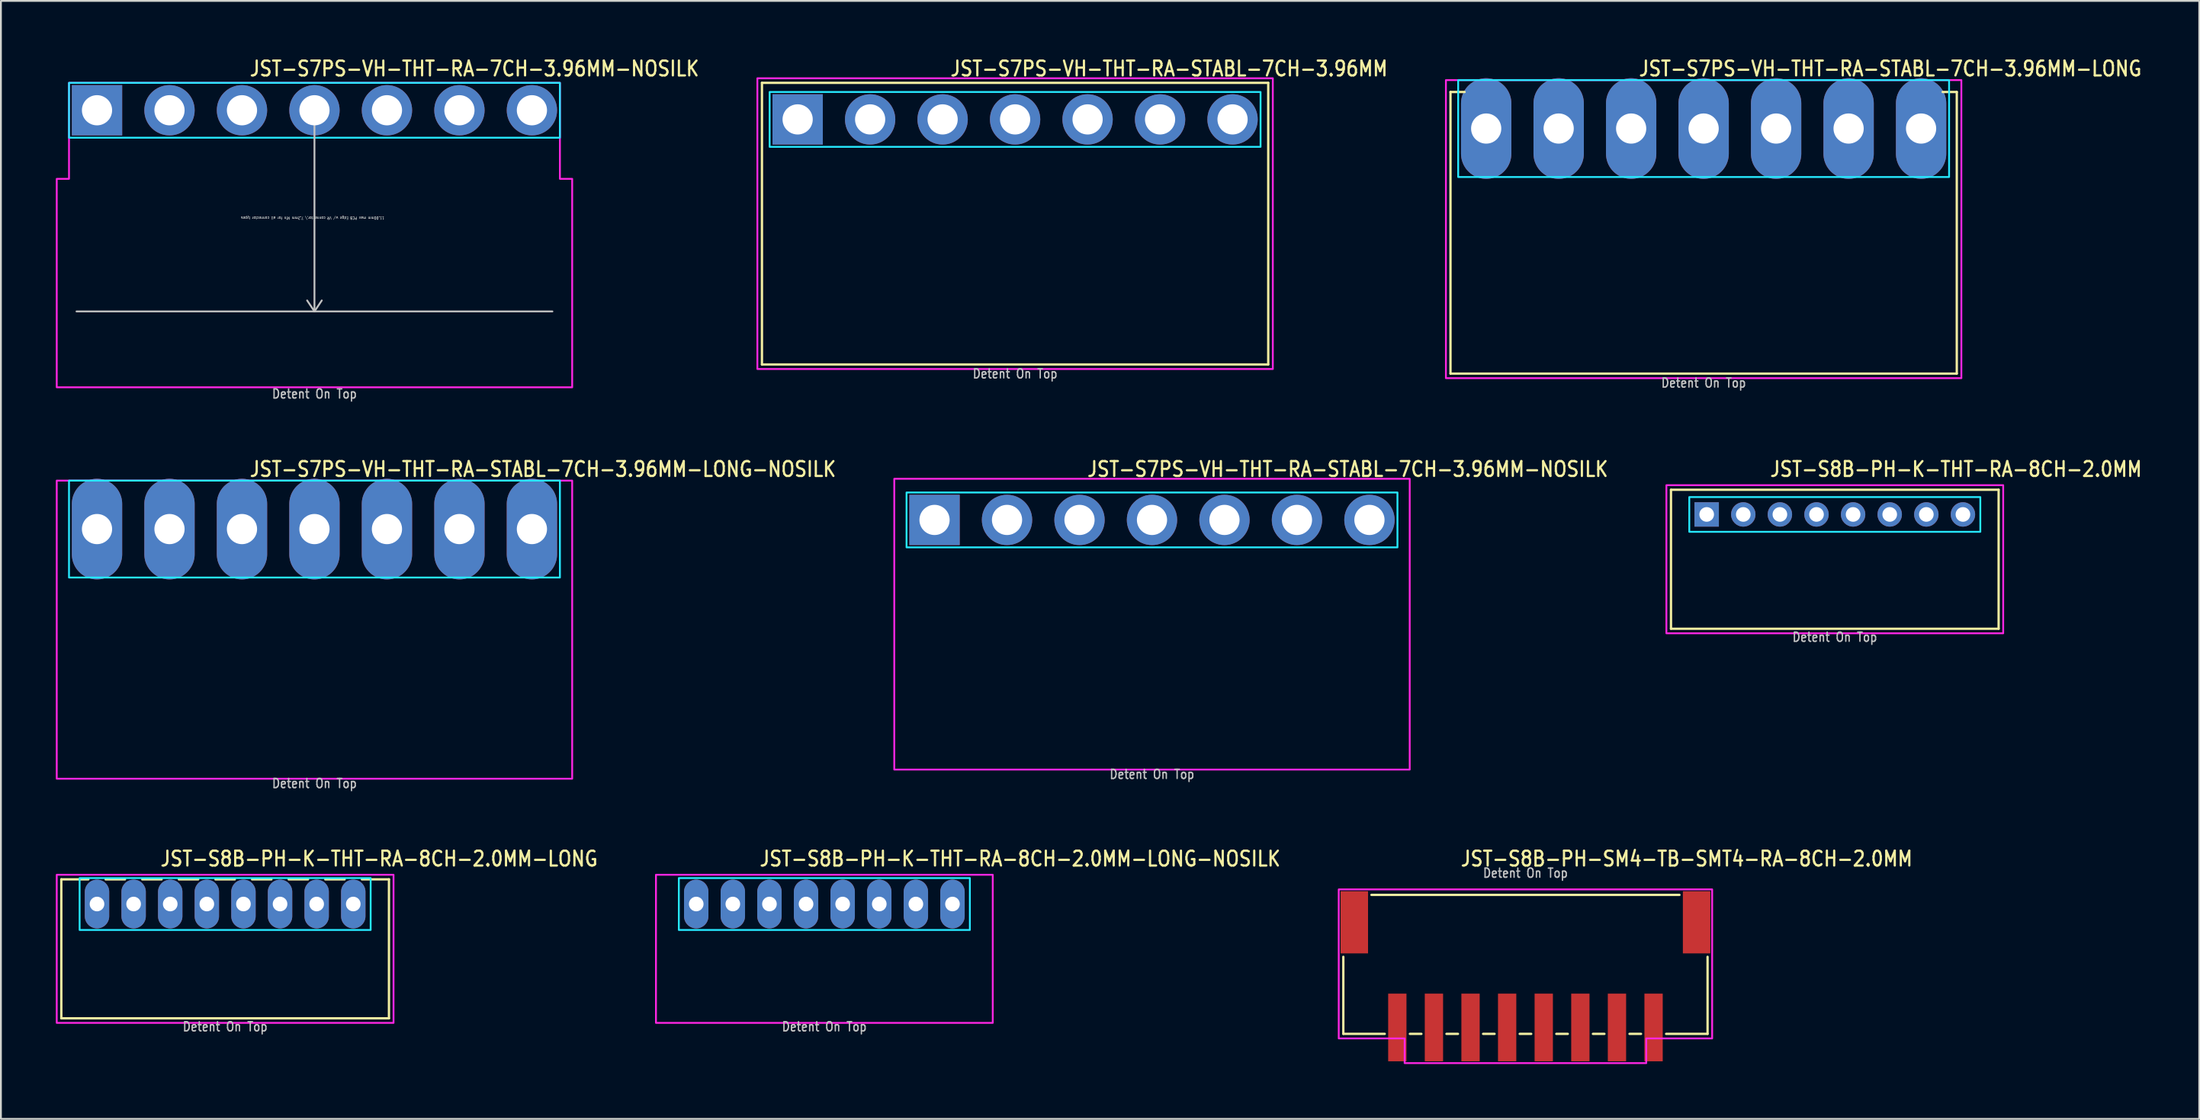
<source format=kicad_pcb>
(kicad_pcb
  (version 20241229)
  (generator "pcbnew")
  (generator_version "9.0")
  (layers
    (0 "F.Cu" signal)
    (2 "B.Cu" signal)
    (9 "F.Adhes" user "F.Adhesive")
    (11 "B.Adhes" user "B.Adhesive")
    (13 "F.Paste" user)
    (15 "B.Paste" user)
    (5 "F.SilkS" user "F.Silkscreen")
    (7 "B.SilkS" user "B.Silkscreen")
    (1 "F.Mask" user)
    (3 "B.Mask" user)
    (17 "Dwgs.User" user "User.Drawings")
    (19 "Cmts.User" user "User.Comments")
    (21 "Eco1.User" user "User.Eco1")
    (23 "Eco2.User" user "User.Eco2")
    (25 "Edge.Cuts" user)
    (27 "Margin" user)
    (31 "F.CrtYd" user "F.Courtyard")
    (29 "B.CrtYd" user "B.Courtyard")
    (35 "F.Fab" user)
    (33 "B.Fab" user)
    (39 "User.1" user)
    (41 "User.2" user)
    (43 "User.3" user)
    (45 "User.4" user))
  (footprint "JST-S8B-PH-K-THT-RA-8CH-2.0MM"
    (layer "F.Cu")
    (at 97.191 25.08)
    (property "Reference" "JST-S8B-PH-K-THT-RA-8CH-2.0MM" (at -3.6 -2 0) (unlocked yes) (layer "F.SilkS") (effects (font (size 0.813 0.695) (thickness 0.122)) (justify left bottom)))
    (fp_line (start -8.95 -1.35) (end 8.95 -1.35) (stroke (width 0.127) (type solid)) (layer "F.SilkS"))
    (fp_line (start -8.95 6.25) (end -8.95 -1.35) (stroke (width 0.127) (type solid)) (layer "F.SilkS"))
    (fp_line (start -8.95 6.25) (end 8.95 6.25) (stroke (width 0.127) (type solid)) (layer "F.SilkS"))
    (fp_line (start 8.95 -1.35) (end 8.95 6.25) (stroke (width 0.127) (type solid)) (layer "F.SilkS"))
    (fp_poly (pts (xy -7.95 -0.95) (xy -7.95 0.95) (xy 7.95 0.95) (xy 7.95 -0.95)) (stroke (width 0.1) (type solid)) (fill no) (layer "B.CrtYd"))
    (fp_poly (pts (xy -9.2 -1.6) (xy -9.2 6.5) (xy 9.2 6.5) (xy 9.2 -1.6)) (stroke (width 0.1) (type solid)) (fill no) (layer "F.CrtYd"))
    (fp_text user "Detent On Top" (at 0 7 0) (unlocked yes) (layer "Dwgs.User") (effects (font (size 0.5 0.427) (thickness 0.075)) (justify bottom)))
    (pad "1" thru_hole rect (at -7 0) (size 1.333 1.333) (drill 0.8) (layers "*.Cu" "*.Mask"))
    (pad "2" thru_hole oval (at -5 0) (size 1.333 1.333) (drill 0.8) (layers "*.Cu" "*.Mask"))
    (pad "3" thru_hole oval (at -3 0) (size 1.333 1.333) (drill 0.8) (layers "*.Cu" "*.Mask"))
    (pad "4" thru_hole oval (at -1 0) (size 1.333 1.333) (drill 0.8) (layers "*.Cu" "*.Mask"))
    (pad "5" thru_hole oval (at 1 0) (size 1.333 1.333) (drill 0.8) (layers "*.Cu" "*.Mask"))
    (pad "6" thru_hole oval (at 3 0) (size 1.333 1.333) (drill 0.8) (layers "*.Cu" "*.Mask"))
    (pad "7" thru_hole oval (at 5 0) (size 1.333 1.333) (drill 0.8) (layers "*.Cu" "*.Mask"))
    (pad "8" thru_hole oval (at 7 0) (size 1.333 1.333) (drill 0.8) (layers "*.Cu" "*.Mask")))
  (footprint "JST-S8B-PH-K-THT-RA-8CH-2.0MM-LONG"
    (layer "F.Cu")
    (at 9.25 46.382)
    (property "Reference" "JST-S8B-PH-K-THT-RA-8CH-2.0MM-LONG" (at -3.6 -2 0) (unlocked yes) (layer "F.SilkS") (effects (font (size 0.813 0.695) (thickness 0.122)) (justify left bottom)))
    (fp_line (start -8.95 -1.35) (end -7.471 -1.35) (stroke (width 0.127) (type solid)) (layer "F.SilkS"))
    (fp_line (start -8.95 6.25) (end -8.95 -1.35) (stroke (width 0.127) (type solid)) (layer "F.SilkS"))
    (fp_line (start -8.95 6.25) (end 8.95 6.25) (stroke (width 0.127) (type solid)) (layer "F.SilkS"))
    (fp_line (start -6.529 -1.35) (end -5.471 -1.35) (stroke (width 0.127) (type solid)) (layer "F.SilkS"))
    (fp_line (start -4.529 -1.35) (end -3.471 -1.35) (stroke (width 0.127) (type solid)) (layer "F.SilkS"))
    (fp_line (start -2.529 -1.35) (end -1.471 -1.35) (stroke (width 0.127) (type solid)) (layer "F.SilkS"))
    (fp_line (start -0.529 -1.35) (end 0.529 -1.35) (stroke (width 0.127) (type solid)) (layer "F.SilkS"))
    (fp_line (start 1.471 -1.35) (end 2.529 -1.35) (stroke (width 0.127) (type solid)) (layer "F.SilkS"))
    (fp_line (start 3.471 -1.35) (end 4.529 -1.35) (stroke (width 0.127) (type solid)) (layer "F.SilkS"))
    (fp_line (start 5.471 -1.35) (end 6.529 -1.35) (stroke (width 0.127) (type solid)) (layer "F.SilkS"))
    (fp_line (start 7.471 -1.35) (end 8.95 -1.35) (stroke (width 0.127) (type solid)) (layer "F.SilkS"))
    (fp_line (start 8.95 -1.35) (end 8.95 6.25) (stroke (width 0.127) (type solid)) (layer "F.SilkS"))
    (fp_poly (pts (xy -7.95 -1.42) (xy -7.95 1.42) (xy 7.95 1.42) (xy 7.95 -1.42)) (stroke (width 0.1) (type solid)) (fill no) (layer "B.CrtYd"))
    (fp_poly (pts (xy -9.2 -1.6) (xy -9.2 6.5) (xy 9.2 6.5) (xy 9.2 -1.6)) (stroke (width 0.1) (type solid)) (fill no) (layer "F.CrtYd"))
    (fp_text user "Detent On Top" (at 0 7 0) (unlocked yes) (layer "Dwgs.User") (effects (font (size 0.5 0.427) (thickness 0.075)) (justify bottom)))
    (pad "1" thru_hole oval (at -7 0 90) (size 2.667 1.333) (drill 0.8) (layers "*.Cu" "*.Mask"))
    (pad "2" thru_hole oval (at -5 0 90) (size 2.667 1.333) (drill 0.8) (layers "*.Cu" "*.Mask"))
    (pad "3" thru_hole oval (at -3 0 90) (size 2.667 1.333) (drill 0.8) (layers "*.Cu" "*.Mask"))
    (pad "4" thru_hole oval (at -1 0 90) (size 2.667 1.333) (drill 0.8) (layers "*.Cu" "*.Mask"))
    (pad "5" thru_hole oval (at 1 0 90) (size 2.667 1.333) (drill 0.8) (layers "*.Cu" "*.Mask"))
    (pad "6" thru_hole oval (at 3 0 90) (size 2.667 1.333) (drill 0.8) (layers "*.Cu" "*.Mask"))
    (pad "7" thru_hole oval (at 5 0 90) (size 2.667 1.333) (drill 0.8) (layers "*.Cu" "*.Mask"))
    (pad "8" thru_hole oval (at 7 0 90) (size 2.667 1.333) (drill 0.8) (layers "*.Cu" "*.Mask")))
  (footprint "JST-S7PS-VH-THT-RA-STABL-7CH-3.96MM-LONG-NOSILK"
    (layer "F.Cu")
    (at 14.13 25.88)
    (property "Reference" "JST-S7PS-VH-THT-RA-STABL-7CH-3.96MM-LONG-NOSILK" (at -3.6 -2.8 0) (unlocked yes) (layer "F.SilkS") (effects (font (size 0.813 0.695) (thickness 0.122)) (justify left bottom)))
    (fp_poly (pts (xy -13.41 -2.65) (xy -13.41 2.65) (xy 13.41 2.65) (xy 13.41 -2.65)) (stroke (width 0.1) (type solid)) (fill no) (layer "B.CrtYd"))
    (fp_poly (pts (xy -14.08 -2.65) (xy -14.08 13.65) (xy 14.08 13.65) (xy 14.08 -2.65)) (stroke (width 0.1) (type solid)) (fill no) (layer "F.CrtYd"))
    (fp_text user "Detent On Top" (at 0 14.2 0) (unlocked yes) (layer "Dwgs.User") (effects (font (size 0.5 0.427) (thickness 0.075)) (justify bottom)))
    (pad "1" thru_hole oval (at -11.88 0 90) (size 5.5 2.75) (drill 1.65) (layers "*.Cu" "*.Mask"))
    (pad "2" thru_hole oval (at -7.92 0 90) (size 5.5 2.75) (drill 1.65) (layers "*.Cu" "*.Mask"))
    (pad "3" thru_hole oval (at -3.96 0 90) (size 5.5 2.75) (drill 1.65) (layers "*.Cu" "*.Mask"))
    (pad "4" thru_hole oval (at 0 0 90) (size 5.5 2.75) (drill 1.65) (layers "*.Cu" "*.Mask"))
    (pad "5" thru_hole oval (at 3.96 0 90) (size 5.5 2.75) (drill 1.65) (layers "*.Cu" "*.Mask"))
    (pad "6" thru_hole oval (at 7.92 0 90) (size 5.5 2.75) (drill 1.65) (layers "*.Cu" "*.Mask"))
    (pad "7" thru_hole oval (at 11.88 0 90) (size 5.5 2.75) (drill 1.65) (layers "*.Cu" "*.Mask")))
  (footprint "JST-S7PS-VH-THT-RA-STABL-7CH-3.96MM"
    (layer "F.Cu")
    (at 52.408 3.479)
    (property "Reference" "JST-S7PS-VH-THT-RA-STABL-7CH-3.96MM" (at -3.6 -2.3 0) (unlocked yes) (layer "F.SilkS") (effects (font (size 0.813 0.695) (thickness 0.122)) (justify left bottom)))
    (fp_line (start -13.83 -2) (end 13.83 -2) (stroke (width 0.127) (type solid)) (layer "F.SilkS"))
    (fp_line (start -13.83 13.4) (end -13.83 -2) (stroke (width 0.127) (type solid)) (layer "F.SilkS"))
    (fp_line (start -13.83 13.4) (end 13.83 13.4) (stroke (width 0.127) (type solid)) (layer "F.SilkS"))
    (fp_line (start 13.83 -2) (end 13.83 13.4) (stroke (width 0.127) (type solid)) (layer "F.SilkS"))
    (fp_poly (pts (xy -13.41 -1.5) (xy -13.41 1.5) (xy 13.41 1.5) (xy 13.41 -1.5)) (stroke (width 0.1) (type solid)) (fill no) (layer "B.CrtYd"))
    (fp_poly (pts (xy -14.08 13.65) (xy 14.08 13.65) (xy 14.08 -2.25) (xy -14.08 -2.25)) (stroke (width 0.1) (type solid)) (fill no) (layer "F.CrtYd"))
    (fp_text user "Detent On Top" (at 0 14.2 0) (unlocked yes) (layer "Dwgs.User") (effects (font (size 0.5 0.427) (thickness 0.075)) (justify bottom)))
    (pad "1" thru_hole rect (at -11.88 0) (size 2.75 2.75) (drill 1.65) (layers "*.Cu" "*.Mask"))
    (pad "2" thru_hole oval (at -7.92 0) (size 2.75 2.75) (drill 1.65) (layers "*.Cu" "*.Mask"))
    (pad "3" thru_hole oval (at -3.96 0) (size 2.75 2.75) (drill 1.65) (layers "*.Cu" "*.Mask"))
    (pad "4" thru_hole oval (at 0 0) (size 2.75 2.75) (drill 1.65) (layers "*.Cu" "*.Mask"))
    (pad "5" thru_hole oval (at 3.96 0) (size 2.75 2.75) (drill 1.65) (layers "*.Cu" "*.Mask"))
    (pad "6" thru_hole oval (at 7.92 0) (size 2.75 2.75) (drill 1.65) (layers "*.Cu" "*.Mask"))
    (pad "7" thru_hole oval (at 11.88 0) (size 2.75 2.75) (drill 1.65) (layers "*.Cu" "*.Mask")))
  (footprint "JST-S7PS-VH-THT-RA-STABL-7CH-3.96MM-LONG"
    (layer "F.Cu")
    (at 90.025 3.979)
    (property "Reference" "JST-S7PS-VH-THT-RA-STABL-7CH-3.96MM-LONG" (at -3.6 -2.8 0) (unlocked yes) (layer "F.SilkS") (effects (font (size 0.813 0.695) (thickness 0.122)) (justify left bottom)))
    (fp_line (start -13.83 -2) (end -13.06 -2) (stroke (width 0.127) (type solid)) (layer "F.SilkS"))
    (fp_line (start -13.83 13.4) (end -13.83 -2) (stroke (width 0.127) (type solid)) (layer "F.SilkS"))
    (fp_line (start -13.83 13.4) (end 13.83 13.4) (stroke (width 0.127) (type solid)) (layer "F.SilkS"))
    (fp_line (start 13.83 -2) (end 13.06 -2) (stroke (width 0.127) (type solid)) (layer "F.SilkS"))
    (fp_line (start 13.83 -2) (end 13.83 13.4) (stroke (width 0.127) (type solid)) (layer "F.SilkS"))
    (fp_poly (pts (xy -13.41 -2.65) (xy -13.41 2.65) (xy 13.41 2.65) (xy 13.41 -2.65)) (stroke (width 0.1) (type solid)) (fill no) (layer "B.CrtYd"))
    (fp_poly (pts (xy -14.08 -2.65) (xy -14.08 13.65) (xy 14.08 13.65) (xy 14.08 -2.65)) (stroke (width 0.1) (type solid)) (fill no) (layer "F.CrtYd"))
    (fp_text user "Detent On Top" (at 0 14.2 0) (unlocked yes) (layer "Dwgs.User") (effects (font (size 0.5 0.427) (thickness 0.075)) (justify bottom)))
    (pad "1" thru_hole oval (at -11.88 0 90) (size 5.5 2.75) (drill 1.65) (layers "*.Cu" "*.Mask"))
    (pad "2" thru_hole oval (at -7.92 0 90) (size 5.5 2.75) (drill 1.65) (layers "*.Cu" "*.Mask"))
    (pad "3" thru_hole oval (at -3.96 0 90) (size 5.5 2.75) (drill 1.65) (layers "*.Cu" "*.Mask"))
    (pad "4" thru_hole oval (at 0 0 90) (size 5.5 2.75) (drill 1.65) (layers "*.Cu" "*.Mask"))
    (pad "5" thru_hole oval (at 3.96 0 90) (size 5.5 2.75) (drill 1.65) (layers "*.Cu" "*.Mask"))
    (pad "6" thru_hole oval (at 7.92 0 90) (size 5.5 2.75) (drill 1.65) (layers "*.Cu" "*.Mask"))
    (pad "7" thru_hole oval (at 11.88 0 90) (size 5.5 2.75) (drill 1.65) (layers "*.Cu" "*.Mask")))
  (footprint "JST-S8B-PH-K-THT-RA-8CH-2.0MM-LONG-NOSILK"
    (layer "F.Cu")
    (at 41.987 46.382)
    (property "Reference" "JST-S8B-PH-K-THT-RA-8CH-2.0MM-LONG-NOSILK" (at -3.6 -2 0) (unlocked yes) (layer "F.SilkS") (effects (font (size 0.813 0.695) (thickness 0.122)) (justify left bottom)))
    (fp_poly (pts (xy -7.95 -1.42) (xy -7.95 1.42) (xy 7.95 1.42) (xy 7.95 -1.42)) (stroke (width 0.1) (type solid)) (fill no) (layer "B.CrtYd"))
    (fp_poly (pts (xy -9.2 -1.6) (xy -9.2 6.5) (xy 9.2 6.5) (xy 9.2 -1.6)) (stroke (width 0.1) (type solid)) (fill no) (layer "F.CrtYd"))
    (fp_text user "Detent On Top" (at 0 7 0) (unlocked yes) (layer "Dwgs.User") (effects (font (size 0.5 0.427) (thickness 0.075)) (justify bottom)))
    (pad "1" thru_hole oval (at -7 0 90) (size 2.667 1.333) (drill 0.8) (layers "*.Cu" "*.Mask"))
    (pad "2" thru_hole oval (at -5 0 90) (size 2.667 1.333) (drill 0.8) (layers "*.Cu" "*.Mask"))
    (pad "3" thru_hole oval (at -3 0 90) (size 2.667 1.333) (drill 0.8) (layers "*.Cu" "*.Mask"))
    (pad "4" thru_hole oval (at -1 0 90) (size 2.667 1.333) (drill 0.8) (layers "*.Cu" "*.Mask"))
    (pad "5" thru_hole oval (at 1 0 90) (size 2.667 1.333) (drill 0.8) (layers "*.Cu" "*.Mask"))
    (pad "6" thru_hole oval (at 3 0 90) (size 2.667 1.333) (drill 0.8) (layers "*.Cu" "*.Mask"))
    (pad "7" thru_hole oval (at 5 0 90) (size 2.667 1.333) (drill 0.8) (layers "*.Cu" "*.Mask"))
    (pad "8" thru_hole oval (at 7 0 90) (size 2.667 1.333) (drill 0.8) (layers "*.Cu" "*.Mask")))
  (footprint "JST-S7PS-VH-THT-RA-7CH-3.96MM-NOSILK"
    (layer "F.Cu")
    (at 14.13 2.979)
    (property "Reference" "JST-S7PS-VH-THT-RA-7CH-3.96MM-NOSILK" (at -3.6 -1.8 0) (unlocked yes) (layer "F.SilkS") (effects (font (size 0.813 0.695) (thickness 0.122)) (justify left bottom)))
    (fp_line (start -13 11) (end 13 11) (stroke (width 0.1) (type solid)) (layer "Dwgs.User"))
    (fp_line (start 0 0) (end -0.4 0.6) (stroke (width 0.1) (type solid)) (layer "Dwgs.User"))
    (fp_line (start 0 0) (end 0 11) (stroke (width 0.1) (type solid)) (layer "Dwgs.User"))
    (fp_line (start 0 0) (end 0.4 0.6) (stroke (width 0.1) (type solid)) (layer "Dwgs.User"))
    (fp_line (start 0 11) (end -0.4 10.4) (stroke (width 0.1) (type solid)) (layer "Dwgs.User"))
    (fp_line (start 0 11) (end 0.4 10.4) (stroke (width 0.1) (type solid)) (layer "Dwgs.User"))
    (fp_poly (pts (xy -13.41 -1.5) (xy -13.41 1.5) (xy 13.41 1.5) (xy 13.41 -1.5)) (stroke (width 0.1) (type solid)) (fill no) (layer "B.CrtYd"))
    (fp_poly (pts (xy -14.08 3.75) (xy -14.08 15.15) (xy 14.08 15.15) (xy 14.08 3.75) (xy 13.41 3.75) (xy 13.41 -1.5) (xy -13.41 -1.5) (xy -13.41 3.75)) (stroke (width 0.1) (type solid)) (fill no) (layer "F.CrtYd"))
    (fp_text user "11.00mm max PCB Edge w/ VR connector,\\ 7.2mm Min for all connector types" (at -0.1 5.8 180) (unlocked yes) (layer "Dwgs.User") (effects (font (size 0.15 0.128) (thickness 0.022)) (justify bottom)))
    (fp_text user "Detent On Top" (at 0 15.8 0) (unlocked yes) (layer "Dwgs.User") (effects (font (size 0.5 0.427) (thickness 0.075)) (justify bottom)))
    (pad "1" thru_hole rect (at -11.88 0) (size 2.75 2.75) (drill 1.65) (layers "*.Cu" "*.Mask"))
    (pad "2" thru_hole oval (at -7.92 0) (size 2.75 2.75) (drill 1.65) (layers "*.Cu" "*.Mask"))
    (pad "3" thru_hole oval (at -3.96 0) (size 2.75 2.75) (drill 1.65) (layers "*.Cu" "*.Mask"))
    (pad "4" thru_hole oval (at 0 0) (size 2.75 2.75) (drill 1.65) (layers "*.Cu" "*.Mask"))
    (pad "5" thru_hole oval (at 3.96 0) (size 2.75 2.75) (drill 1.65) (layers "*.Cu" "*.Mask"))
    (pad "6" thru_hole oval (at 7.92 0) (size 2.75 2.75) (drill 1.65) (layers "*.Cu" "*.Mask"))
    (pad "7" thru_hole oval (at 11.88 0) (size 2.75 2.75) (drill 1.65) (layers "*.Cu" "*.Mask")))
  (footprint "JST-S7PS-VH-THT-RA-STABL-7CH-3.96MM-NOSILK"
    (layer "F.Cu")
    (at 59.887 25.38)
    (property "Reference" "JST-S7PS-VH-THT-RA-STABL-7CH-3.96MM-NOSILK" (at -3.6 -2.3 0) (unlocked yes) (layer "F.SilkS") (effects (font (size 0.813 0.695) (thickness 0.122)) (justify left bottom)))
    (fp_poly (pts (xy -13.41 -1.5) (xy -13.41 1.5) (xy 13.41 1.5) (xy 13.41 -1.5)) (stroke (width 0.1) (type solid)) (fill no) (layer "B.CrtYd"))
    (fp_poly (pts (xy -14.08 13.65) (xy 14.08 13.65) (xy 14.08 -2.25) (xy -14.08 -2.25)) (stroke (width 0.1) (type solid)) (fill no) (layer "F.CrtYd"))
    (fp_text user "Detent On Top" (at 0 14.2 0) (unlocked yes) (layer "Dwgs.User") (effects (font (size 0.5 0.427) (thickness 0.075)) (justify bottom)))
    (pad "1" thru_hole rect (at -11.88 0) (size 2.75 2.75) (drill 1.65) (layers "*.Cu" "*.Mask"))
    (pad "2" thru_hole oval (at -7.92 0) (size 2.75 2.75) (drill 1.65) (layers "*.Cu" "*.Mask"))
    (pad "3" thru_hole oval (at -3.96 0) (size 2.75 2.75) (drill 1.65) (layers "*.Cu" "*.Mask"))
    (pad "4" thru_hole oval (at 0 0) (size 2.75 2.75) (drill 1.65) (layers "*.Cu" "*.Mask"))
    (pad "5" thru_hole oval (at 3.96 0) (size 2.75 2.75) (drill 1.65) (layers "*.Cu" "*.Mask"))
    (pad "6" thru_hole oval (at 7.92 0) (size 2.75 2.75) (drill 1.65) (layers "*.Cu" "*.Mask"))
    (pad "7" thru_hole oval (at 11.88 0) (size 2.75 2.75) (drill 1.65) (layers "*.Cu" "*.Mask")))
  (footprint "JST-S8B-PH-SM4-TB-SMT4-RA-8CH-2.0MM"
    (layer "F.Cu")
    (at 80.29 47.382)
    (property "Reference" "JST-S8B-PH-SM4-TB-SMT4-RA-8CH-2.0MM" (at -3.6 -3 0) (unlocked yes) (layer "F.SilkS") (effects (font (size 0.813 0.695) (thickness 0.122)) (justify left bottom)))
    (fp_line (start -9.95 6.1) (end -9.95 1.887) (stroke (width 0.127) (type solid)) (layer "F.SilkS"))
    (fp_line (start -9.95 6.1) (end -7.686 6.1) (stroke (width 0.127) (type solid)) (layer "F.SilkS"))
    (fp_line (start -8.414 -1.5) (end 8.414 -1.5) (stroke (width 0.127) (type solid)) (layer "F.SilkS"))
    (fp_line (start -6.314 6.1) (end -5.686 6.1) (stroke (width 0.127) (type solid)) (layer "F.SilkS"))
    (fp_line (start -4.314 6.1) (end -3.687 6.1) (stroke (width 0.127) (type solid)) (layer "F.SilkS"))
    (fp_line (start -2.313 6.1) (end -1.687 6.1) (stroke (width 0.127) (type solid)) (layer "F.SilkS"))
    (fp_line (start -0.314 6.1) (end 0.314 6.1) (stroke (width 0.127) (type solid)) (layer "F.SilkS"))
    (fp_line (start 1.687 6.1) (end 2.313 6.1) (stroke (width 0.127) (type solid)) (layer "F.SilkS"))
    (fp_line (start 3.687 6.1) (end 4.314 6.1) (stroke (width 0.127) (type solid)) (layer "F.SilkS"))
    (fp_line (start 5.686 6.1) (end 6.314 6.1) (stroke (width 0.127) (type solid)) (layer "F.SilkS"))
    (fp_line (start 7.686 6.1) (end 9.95 6.1) (stroke (width 0.127) (type solid)) (layer "F.SilkS"))
    (fp_line (start 9.95 1.887) (end 9.95 6.1) (stroke (width 0.127) (type solid)) (layer "F.SilkS"))
    (fp_poly (pts (xy -10.2 -1.8) (xy -10.2 6.35) (xy -6.6 6.35) (xy -6.6 7.7) (xy 6.6 7.7) (xy 6.6 6.35) (xy 10.2 6.35) (xy 10.2 -1.8)) (stroke (width 0.1) (type solid)) (fill no) (layer "F.CrtYd"))
    (fp_text user "Detent On Top" (at 0 -2.4 0) (unlocked yes) (layer "Dwgs.User") (effects (font (size 0.5 0.427) (thickness 0.075)) (justify bottom)))
    (pad "1" smd rect (at 7 5.75) (size 1 3.7) (layers "F.Cu" "F.Mask" "F.Paste"))
    (pad "2" smd rect (at 5 5.75) (size 1 3.7) (layers "F.Cu" "F.Mask" "F.Paste"))
    (pad "3" smd rect (at 3 5.75) (size 1 3.7) (layers "F.Cu" "F.Mask" "F.Paste"))
    (pad "4" smd rect (at 1 5.75) (size 1 3.7) (layers "F.Cu" "F.Mask" "F.Paste"))
    (pad "5" smd rect (at -1 5.75) (size 1 3.7) (layers "F.Cu" "F.Mask" "F.Paste"))
    (pad "6" smd rect (at -3 5.75) (size 1 3.7) (layers "F.Cu" "F.Mask" "F.Paste"))
    (pad "7" smd rect (at -5 5.75) (size 1 3.7) (layers "F.Cu" "F.Mask" "F.Paste"))
    (pad "8" smd rect (at -7 5.75) (size 1 3.7) (layers "F.Cu" "F.Mask" "F.Paste"))
    (pad "S_1" smd rect (at -9.35 0) (size 1.5 3.4) (layers "F.Cu" "F.Mask" "F.Paste"))
    (pad "S_2" smd rect (at 9.35 0) (size 1.5 3.4) (layers "F.Cu" "F.Mask" "F.Paste")))
  (gr_rect
    (start -3 -3)
    (end 117.103 58.132)
    (stroke (width 0.1) (type default))
    (fill no)
    (layer "Edge.Cuts")))
</source>
